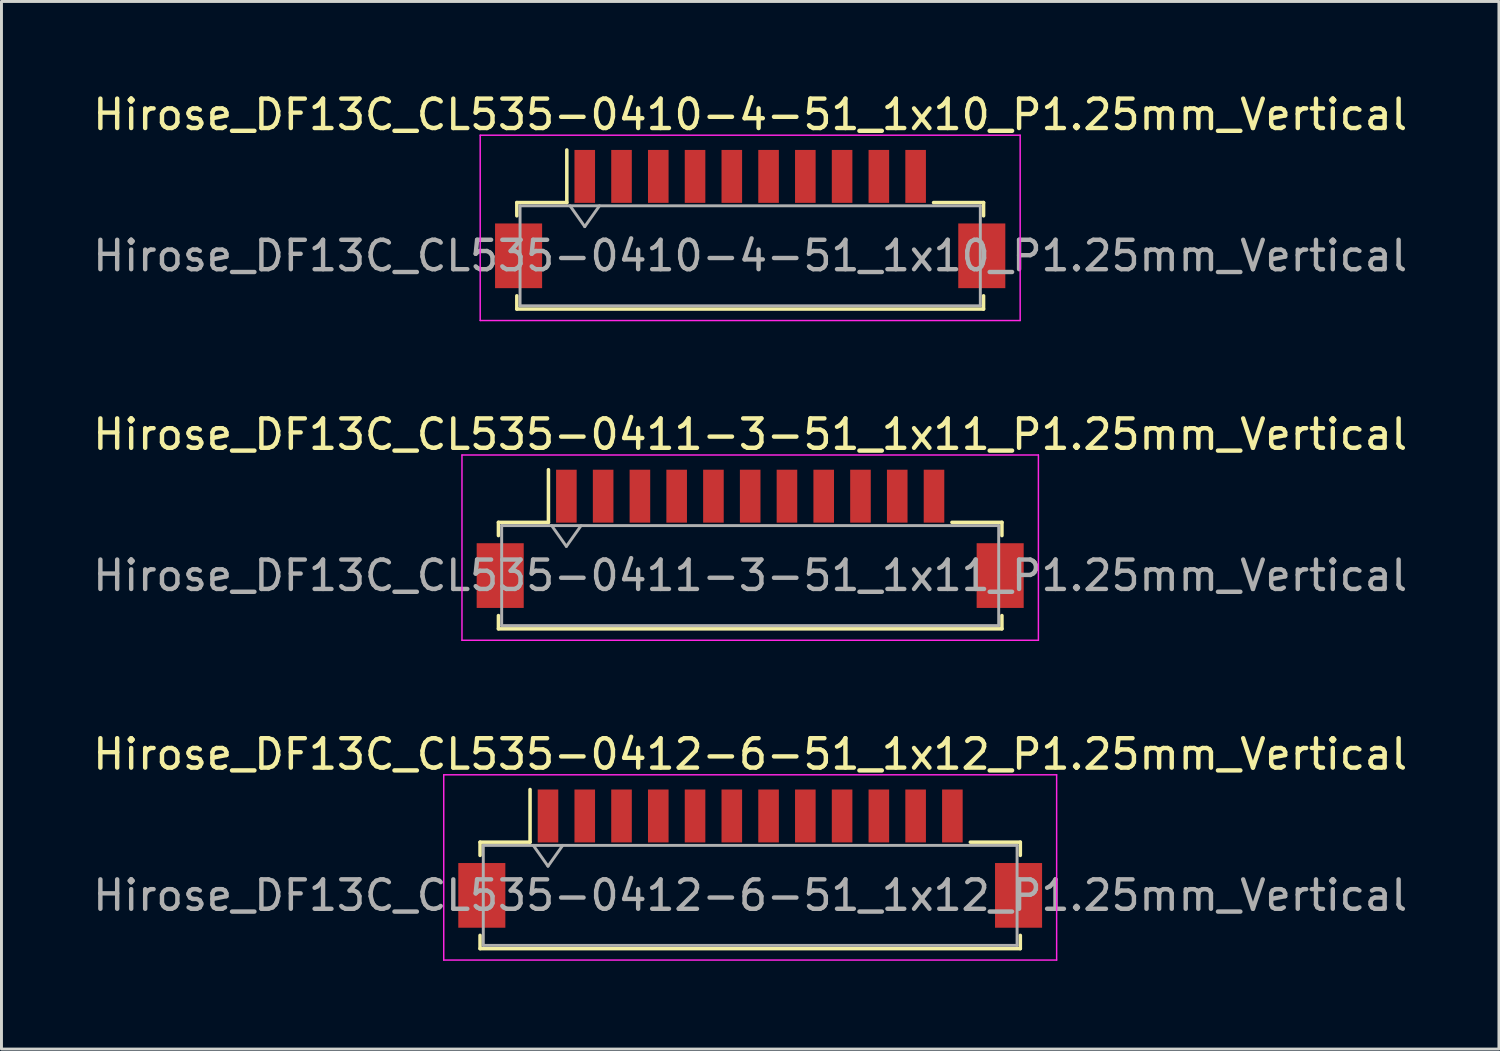
<source format=kicad_pcb>
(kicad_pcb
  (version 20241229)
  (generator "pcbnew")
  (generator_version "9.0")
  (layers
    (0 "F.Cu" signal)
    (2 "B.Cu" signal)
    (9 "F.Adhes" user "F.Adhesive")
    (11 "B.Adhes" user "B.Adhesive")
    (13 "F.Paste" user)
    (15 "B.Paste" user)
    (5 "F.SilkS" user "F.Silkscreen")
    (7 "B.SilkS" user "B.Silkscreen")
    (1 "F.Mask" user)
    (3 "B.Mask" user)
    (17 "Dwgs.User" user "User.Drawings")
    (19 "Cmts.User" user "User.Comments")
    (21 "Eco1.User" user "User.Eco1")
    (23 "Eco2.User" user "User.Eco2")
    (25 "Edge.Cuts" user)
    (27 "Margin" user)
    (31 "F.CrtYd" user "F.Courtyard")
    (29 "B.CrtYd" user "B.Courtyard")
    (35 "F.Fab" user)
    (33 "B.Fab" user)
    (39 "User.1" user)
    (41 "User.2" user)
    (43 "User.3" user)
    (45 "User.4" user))
  (footprint "Hirose_DF13C_CL535-0412-6-51_1x12_P1.25mm_Vertical"
    (layer "F.Cu")
    (at 22.458 26.145)
    (property "Reference" "Hirose_DF13C_CL535-0412-6-51_1x12_P1.25mm_Vertical" (at 0 -3.55 0) (layer "F.SilkS") (effects (font (size 1 1) (thickness 0.15))))
    (attr smd)
    (fp_line (start -9.185 -0.56) (end -7.485 -0.56) (stroke (width 0.12) (type solid)) (layer "F.SilkS"))
    (fp_line (start -9.185 -0.11) (end -9.185 -0.56) (stroke (width 0.12) (type solid)) (layer "F.SilkS"))
    (fp_line (start -9.185 2.61) (end -9.185 3.06) (stroke (width 0.12) (type solid)) (layer "F.SilkS"))
    (fp_line (start -9.185 3.06) (end 9.185 3.06) (stroke (width 0.12) (type solid)) (layer "F.SilkS"))
    (fp_line (start -7.485 -0.56) (end -7.485 -2.35) (stroke (width 0.12) (type solid)) (layer "F.SilkS"))
    (fp_line (start 9.185 -0.56) (end 7.485 -0.56) (stroke (width 0.12) (type solid)) (layer "F.SilkS"))
    (fp_line (start 9.185 -0.11) (end 9.185 -0.56) (stroke (width 0.12) (type solid)) (layer "F.SilkS"))
    (fp_line (start 9.185 3.06) (end 9.185 2.61) (stroke (width 0.12) (type solid)) (layer "F.SilkS"))
    (fp_line (start -10.42 -2.85) (end -10.42 3.45) (stroke (width 0.05) (type solid)) (layer "F.CrtYd"))
    (fp_line (start -10.42 3.45) (end 10.42 3.45) (stroke (width 0.05) (type solid)) (layer "F.CrtYd"))
    (fp_line (start 10.42 -2.85) (end -10.42 -2.85) (stroke (width 0.05) (type solid)) (layer "F.CrtYd"))
    (fp_line (start 10.42 3.45) (end 10.42 -2.85) (stroke (width 0.05) (type solid)) (layer "F.CrtYd"))
    (fp_line (start -9.075 -0.45) (end -9.075 2.95) (stroke (width 0.1) (type solid)) (layer "F.Fab"))
    (fp_line (start -9.075 -0.45) (end 9.075 -0.45) (stroke (width 0.1) (type solid)) (layer "F.Fab"))
    (fp_line (start -9.075 2.95) (end 9.075 2.95) (stroke (width 0.1) (type solid)) (layer "F.Fab"))
    (fp_line (start -7.375 -0.45) (end -6.875 0.257) (stroke (width 0.1) (type solid)) (layer "F.Fab"))
    (fp_line (start -6.875 0.257) (end -6.375 -0.45) (stroke (width 0.1) (type solid)) (layer "F.Fab"))
    (fp_line (start 9.075 -0.45) (end 9.075 2.95) (stroke (width 0.1) (type solid)) (layer "F.Fab"))
    (fp_text user "${REFERENCE}" (at 0 1.25 0) (layer "F.Fab") (effects (font (size 1 1) (thickness 0.15))))
    (pad "" smd rect (at -9.125 1.25) (size 1.6 2.2) (layers "F.Cu" "F.Mask" "F.Paste"))
    (pad "" smd rect (at 9.125 1.25) (size 1.6 2.2) (layers "F.Cu" "F.Mask" "F.Paste"))
    (pad "1" smd rect (at -6.875 -1.45) (size 0.7 1.8) (layers "F.Cu" "F.Mask" "F.Paste"))
    (pad "2" smd rect (at -5.625 -1.45) (size 0.7 1.8) (layers "F.Cu" "F.Mask" "F.Paste"))
    (pad "3" smd rect (at -4.375 -1.45) (size 0.7 1.8) (layers "F.Cu" "F.Mask" "F.Paste"))
    (pad "4" smd rect (at -3.125 -1.45) (size 0.7 1.8) (layers "F.Cu" "F.Mask" "F.Paste"))
    (pad "5" smd rect (at -1.875 -1.45) (size 0.7 1.8) (layers "F.Cu" "F.Mask" "F.Paste"))
    (pad "6" smd rect (at -0.625 -1.45) (size 0.7 1.8) (layers "F.Cu" "F.Mask" "F.Paste"))
    (pad "7" smd rect (at 0.625 -1.45) (size 0.7 1.8) (layers "F.Cu" "F.Mask" "F.Paste"))
    (pad "8" smd rect (at 1.875 -1.45) (size 0.7 1.8) (layers "F.Cu" "F.Mask" "F.Paste"))
    (pad "9" smd rect (at 3.125 -1.45) (size 0.7 1.8) (layers "F.Cu" "F.Mask" "F.Paste"))
    (pad "10" smd rect (at 4.375 -1.45) (size 0.7 1.8) (layers "F.Cu" "F.Mask" "F.Paste"))
    (pad "11" smd rect (at 5.625 -1.45) (size 0.7 1.8) (layers "F.Cu" "F.Mask" "F.Paste"))
    (pad "12" smd rect (at 6.875 -1.45) (size 0.7 1.8) (layers "F.Cu" "F.Mask" "F.Paste")))
  (footprint "Hirose_DF13C_CL535-0410-4-51_1x10_P1.25mm_Vertical"
    (layer "F.Cu")
    (at 22.458 4.398)
    (property "Reference" "Hirose_DF13C_CL535-0410-4-51_1x10_P1.25mm_Vertical" (at 0 -3.55 0) (layer "F.SilkS") (effects (font (size 1 1) (thickness 0.15))))
    (attr smd)
    (fp_line (start -7.935 -0.56) (end -6.235 -0.56) (stroke (width 0.12) (type solid)) (layer "F.SilkS"))
    (fp_line (start -7.935 -0.11) (end -7.935 -0.56) (stroke (width 0.12) (type solid)) (layer "F.SilkS"))
    (fp_line (start -7.935 2.61) (end -7.935 3.06) (stroke (width 0.12) (type solid)) (layer "F.SilkS"))
    (fp_line (start -7.935 3.06) (end 7.935 3.06) (stroke (width 0.12) (type solid)) (layer "F.SilkS"))
    (fp_line (start -6.235 -0.56) (end -6.235 -2.35) (stroke (width 0.12) (type solid)) (layer "F.SilkS"))
    (fp_line (start 7.935 -0.56) (end 6.235 -0.56) (stroke (width 0.12) (type solid)) (layer "F.SilkS"))
    (fp_line (start 7.935 -0.11) (end 7.935 -0.56) (stroke (width 0.12) (type solid)) (layer "F.SilkS"))
    (fp_line (start 7.935 3.06) (end 7.935 2.61) (stroke (width 0.12) (type solid)) (layer "F.SilkS"))
    (fp_line (start -9.18 -2.85) (end -9.18 3.45) (stroke (width 0.05) (type solid)) (layer "F.CrtYd"))
    (fp_line (start -9.18 3.45) (end 9.18 3.45) (stroke (width 0.05) (type solid)) (layer "F.CrtYd"))
    (fp_line (start 9.18 -2.85) (end -9.18 -2.85) (stroke (width 0.05) (type solid)) (layer "F.CrtYd"))
    (fp_line (start 9.18 3.45) (end 9.18 -2.85) (stroke (width 0.05) (type solid)) (layer "F.CrtYd"))
    (fp_line (start -7.825 -0.45) (end -7.825 2.95) (stroke (width 0.1) (type solid)) (layer "F.Fab"))
    (fp_line (start -7.825 -0.45) (end 7.825 -0.45) (stroke (width 0.1) (type solid)) (layer "F.Fab"))
    (fp_line (start -7.825 2.95) (end 7.825 2.95) (stroke (width 0.1) (type solid)) (layer "F.Fab"))
    (fp_line (start -6.125 -0.45) (end -5.625 0.257) (stroke (width 0.1) (type solid)) (layer "F.Fab"))
    (fp_line (start -5.625 0.257) (end -5.125 -0.45) (stroke (width 0.1) (type solid)) (layer "F.Fab"))
    (fp_line (start 7.825 -0.45) (end 7.825 2.95) (stroke (width 0.1) (type solid)) (layer "F.Fab"))
    (fp_text user "${REFERENCE}" (at 0 1.25 0) (layer "F.Fab") (effects (font (size 1 1) (thickness 0.15))))
    (pad "" smd rect (at -7.875 1.25) (size 1.6 2.2) (layers "F.Cu" "F.Mask" "F.Paste"))
    (pad "" smd rect (at 7.875 1.25) (size 1.6 2.2) (layers "F.Cu" "F.Mask" "F.Paste"))
    (pad "1" smd rect (at -5.625 -1.45) (size 0.7 1.8) (layers "F.Cu" "F.Mask" "F.Paste"))
    (pad "2" smd rect (at -4.375 -1.45) (size 0.7 1.8) (layers "F.Cu" "F.Mask" "F.Paste"))
    (pad "3" smd rect (at -3.125 -1.45) (size 0.7 1.8) (layers "F.Cu" "F.Mask" "F.Paste"))
    (pad "4" smd rect (at -1.875 -1.45) (size 0.7 1.8) (layers "F.Cu" "F.Mask" "F.Paste"))
    (pad "5" smd rect (at -0.625 -1.45) (size 0.7 1.8) (layers "F.Cu" "F.Mask" "F.Paste"))
    (pad "6" smd rect (at 0.625 -1.45) (size 0.7 1.8) (layers "F.Cu" "F.Mask" "F.Paste"))
    (pad "7" smd rect (at 1.875 -1.45) (size 0.7 1.8) (layers "F.Cu" "F.Mask" "F.Paste"))
    (pad "8" smd rect (at 3.125 -1.45) (size 0.7 1.8) (layers "F.Cu" "F.Mask" "F.Paste"))
    (pad "9" smd rect (at 4.375 -1.45) (size 0.7 1.8) (layers "F.Cu" "F.Mask" "F.Paste"))
    (pad "10" smd rect (at 5.625 -1.45) (size 0.7 1.8) (layers "F.Cu" "F.Mask" "F.Paste")))
  (footprint "Hirose_DF13C_CL535-0411-3-51_1x11_P1.25mm_Vertical"
    (layer "F.Cu")
    (at 22.458 15.271)
    (property "Reference" "Hirose_DF13C_CL535-0411-3-51_1x11_P1.25mm_Vertical" (at 0 -3.55 0) (layer "F.SilkS") (effects (font (size 1 1) (thickness 0.15))))
    (attr smd)
    (fp_line (start -8.56 -0.56) (end -6.86 -0.56) (stroke (width 0.12) (type solid)) (layer "F.SilkS"))
    (fp_line (start -8.56 -0.11) (end -8.56 -0.56) (stroke (width 0.12) (type solid)) (layer "F.SilkS"))
    (fp_line (start -8.56 2.61) (end -8.56 3.06) (stroke (width 0.12) (type solid)) (layer "F.SilkS"))
    (fp_line (start -8.56 3.06) (end 8.56 3.06) (stroke (width 0.12) (type solid)) (layer "F.SilkS"))
    (fp_line (start -6.86 -0.56) (end -6.86 -2.35) (stroke (width 0.12) (type solid)) (layer "F.SilkS"))
    (fp_line (start 8.56 -0.56) (end 6.86 -0.56) (stroke (width 0.12) (type solid)) (layer "F.SilkS"))
    (fp_line (start 8.56 -0.11) (end 8.56 -0.56) (stroke (width 0.12) (type solid)) (layer "F.SilkS"))
    (fp_line (start 8.56 3.06) (end 8.56 2.61) (stroke (width 0.12) (type solid)) (layer "F.SilkS"))
    (fp_line (start -9.8 -2.85) (end -9.8 3.45) (stroke (width 0.05) (type solid)) (layer "F.CrtYd"))
    (fp_line (start -9.8 3.45) (end 9.8 3.45) (stroke (width 0.05) (type solid)) (layer "F.CrtYd"))
    (fp_line (start 9.8 -2.85) (end -9.8 -2.85) (stroke (width 0.05) (type solid)) (layer "F.CrtYd"))
    (fp_line (start 9.8 3.45) (end 9.8 -2.85) (stroke (width 0.05) (type solid)) (layer "F.CrtYd"))
    (fp_line (start -8.45 -0.45) (end -8.45 2.95) (stroke (width 0.1) (type solid)) (layer "F.Fab"))
    (fp_line (start -8.45 -0.45) (end 8.45 -0.45) (stroke (width 0.1) (type solid)) (layer "F.Fab"))
    (fp_line (start -8.45 2.95) (end 8.45 2.95) (stroke (width 0.1) (type solid)) (layer "F.Fab"))
    (fp_line (start -6.75 -0.45) (end -6.25 0.257) (stroke (width 0.1) (type solid)) (layer "F.Fab"))
    (fp_line (start -6.25 0.257) (end -5.75 -0.45) (stroke (width 0.1) (type solid)) (layer "F.Fab"))
    (fp_line (start 8.45 -0.45) (end 8.45 2.95) (stroke (width 0.1) (type solid)) (layer "F.Fab"))
    (fp_text user "${REFERENCE}" (at 0 1.25 0) (layer "F.Fab") (effects (font (size 1 1) (thickness 0.15))))
    (pad "" smd rect (at -8.5 1.25) (size 1.6 2.2) (layers "F.Cu" "F.Mask" "F.Paste"))
    (pad "" smd rect (at 8.5 1.25) (size 1.6 2.2) (layers "F.Cu" "F.Mask" "F.Paste"))
    (pad "1" smd rect (at -6.25 -1.45) (size 0.7 1.8) (layers "F.Cu" "F.Mask" "F.Paste"))
    (pad "2" smd rect (at -5 -1.45) (size 0.7 1.8) (layers "F.Cu" "F.Mask" "F.Paste"))
    (pad "3" smd rect (at -3.75 -1.45) (size 0.7 1.8) (layers "F.Cu" "F.Mask" "F.Paste"))
    (pad "4" smd rect (at -2.5 -1.45) (size 0.7 1.8) (layers "F.Cu" "F.Mask" "F.Paste"))
    (pad "5" smd rect (at -1.25 -1.45) (size 0.7 1.8) (layers "F.Cu" "F.Mask" "F.Paste"))
    (pad "6" smd rect (at 0 -1.45) (size 0.7 1.8) (layers "F.Cu" "F.Mask" "F.Paste"))
    (pad "7" smd rect (at 1.25 -1.45) (size 0.7 1.8) (layers "F.Cu" "F.Mask" "F.Paste"))
    (pad "8" smd rect (at 2.5 -1.45) (size 0.7 1.8) (layers "F.Cu" "F.Mask" "F.Paste"))
    (pad "9" smd rect (at 3.75 -1.45) (size 0.7 1.8) (layers "F.Cu" "F.Mask" "F.Paste"))
    (pad "10" smd rect (at 5 -1.45) (size 0.7 1.8) (layers "F.Cu" "F.Mask" "F.Paste"))
    (pad "11" smd rect (at 6.25 -1.45) (size 0.7 1.8) (layers "F.Cu" "F.Mask" "F.Paste")))
  (gr_rect
    (start -3 -3)
    (end 47.917 32.62)
    (stroke (width 0.1) (type default))
    (fill no)
    (layer "Edge.Cuts")))
</source>
